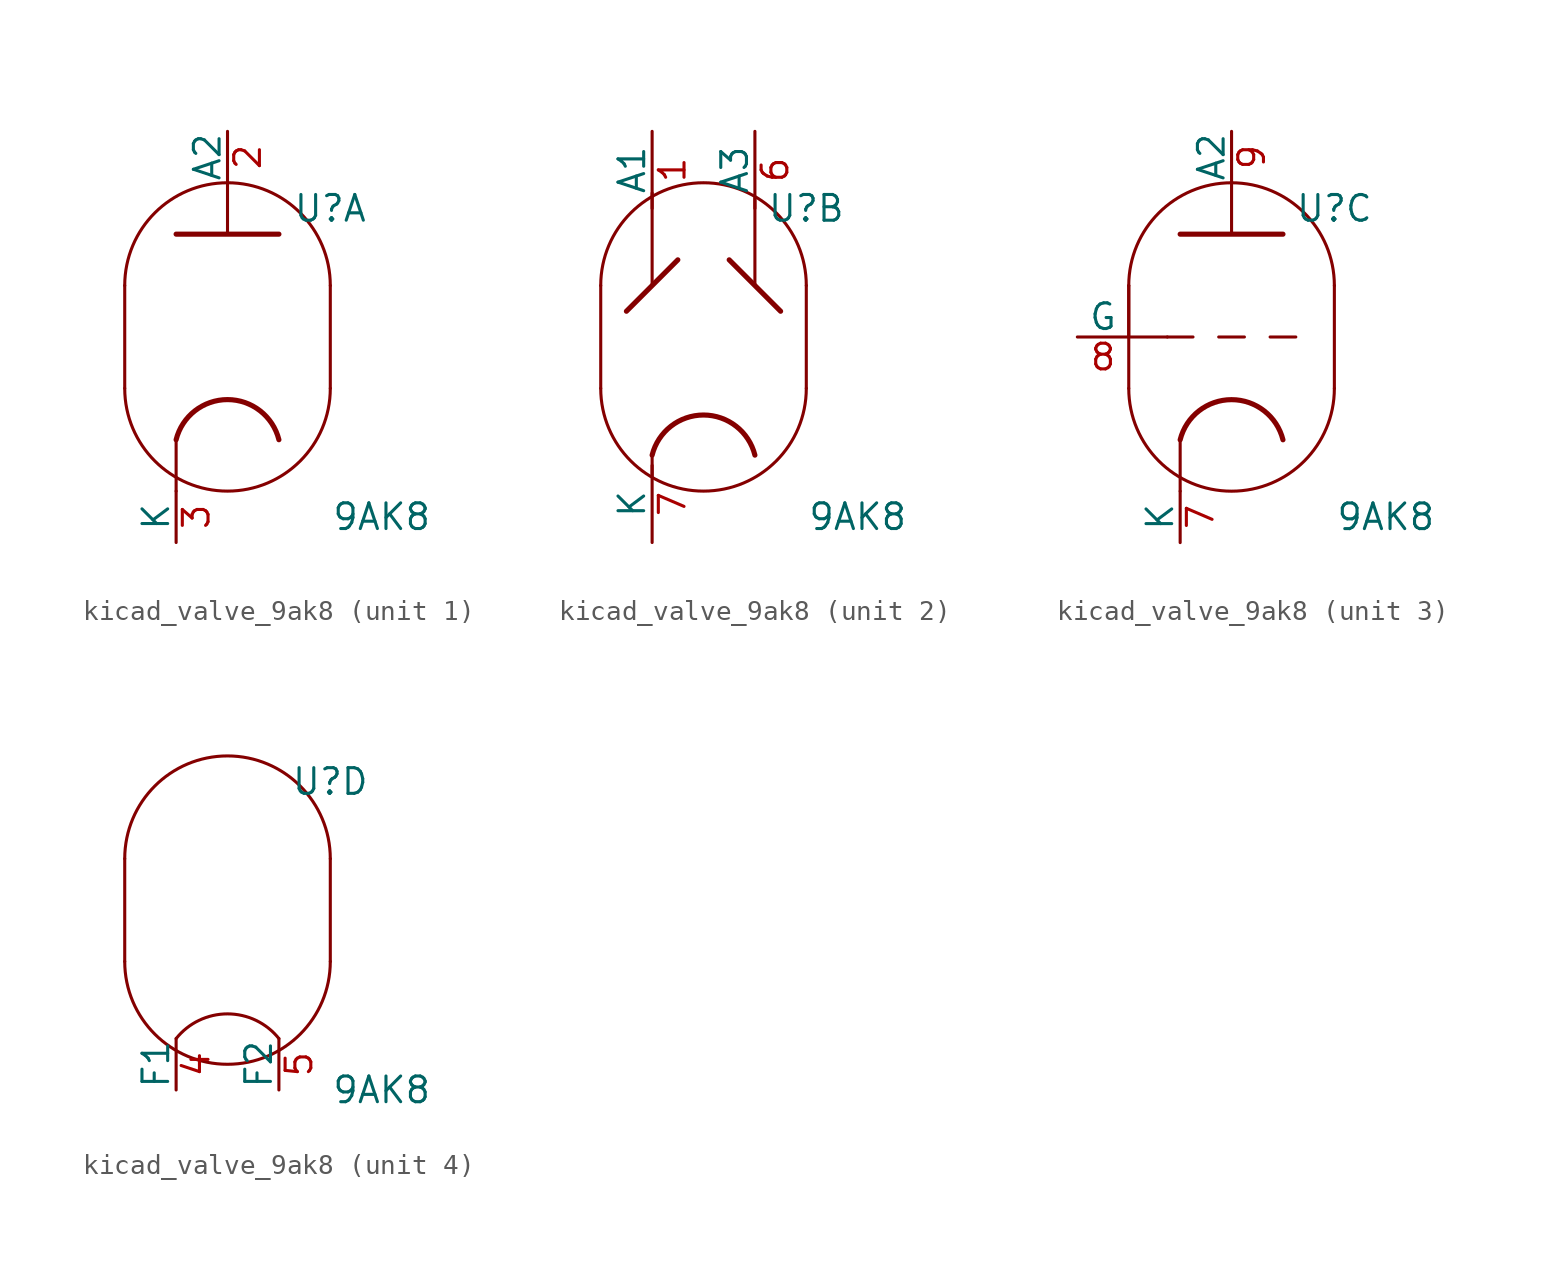
<source format=kicad_sym>
(kicad_symbol_lib
  (version 20220914)
  (generator kicad_symbol_editor)
  (symbol "kicad_valve_9ak8"
    (pin_names
      (offset 0))
    (property "Reference" "U"
      (at 5.08 6.35 0)
      (effects (font (size 1.27 1.27))))
    (property "Value" "9AK8"
      (at 7.62 -8.89 0)
      (effects (font (size 1.27 1.27))))
    (property "ki_locked" ""
      (at 0 0 0)
      (effects (font (size 1.27 1.27))))
    (symbol "kicad_valve_9ak8_0_1"
      (arc (start -5.08 -2.54) (mid 0 -7.5979) (end 5.08 -2.54) (stroke (width 0) (type default)) (fill (type none)))
      (polyline (pts (xy 5.08 2.54) (xy 5.08 -2.54)) (stroke (width 0) (type default)) (fill (type none)))
      (polyline (pts (xy -5.08 2.54) (xy -5.08 -2.54) (xy -5.08 -2.54)) (stroke (width 0) (type default)) (fill (type none)))
      (arc (start 5.08 2.54) (mid 0 7.5979) (end -5.08 2.54) (stroke (width 0) (type default)) (fill (type none))))
    (symbol "kicad_valve_9ak8_1_0"
      (polyline (pts (xy -2.54 -5.08) (xy -2.54 -7.62)) (stroke (width 0) (type default)) (fill (type none)))
      (polyline (pts (xy 0 5.08) (xy 0 7.62)) (stroke (width 0) (type default)) (fill (type none))))
    (symbol "kicad_valve_9ak8_1_1"
      (polyline (pts (xy -2.54 5.08) (xy 2.54 5.08) (xy 2.54 5.08) (xy 2.54 5.08)) (stroke (width 0.254) (type default)) (fill (type none)))
      (arc (start 2.54 -5.08) (mid 0 -3.0968) (end -2.54 -5.08) (stroke (width 0.254) (type default)) (fill (type none)))
      (pin output line (at 0 10.16 270) (length 2.54) (name "A2" (effects (font (size 1.27 1.27)))) (number "2" (effects (font (size 1.27 1.27)))))
      (pin input line (at -2.54 -10.16 90) (length 2.54) (name "K" (effects (font (size 1.27 1.27)))) (number "3" (effects (font (size 1.27 1.27))))))
    (symbol "kicad_valve_9ak8_2_1"
      (polyline (pts (xy -2.54 -6.858) (xy -2.54 -5.842) (xy -2.54 -5.842)) (stroke (width 0) (type default)) (fill (type none)))
      (polyline (pts (xy -2.54 7.112) (xy -2.54 2.54) (xy -2.54 2.54)) (stroke (width 0) (type default)) (fill (type none)))
      (polyline (pts (xy 1.27 3.81) (xy 3.81 1.27) (xy 3.81 1.27)) (stroke (width 0.254) (type default)) (fill (type none)))
      (polyline (pts (xy 2.54 6.858) (xy 2.54 2.54) (xy 2.54 2.54)) (stroke (width 0) (type default)) (fill (type none)))
      (polyline (pts (xy -3.81 1.27) (xy -1.27 3.81) (xy -1.27 3.81) (xy -1.27 3.81)) (stroke (width 0.254) (type default)) (fill (type none)))
      (arc (start 2.54 -5.842) (mid 0 -3.8588) (end -2.54 -5.842) (stroke (width 0.254) (type default)) (fill (type none)))
      (pin input line (at -2.54 10.16 270) (length 3.81) (name "A1" (effects (font (size 1.27 1.27)))) (number "1" (effects (font (size 1.27 1.27)))))
      (pin output line (at 2.54 10.16 270) (length 3.81) (name "A3" (effects (font (size 1.27 1.27)))) (number "6" (effects (font (size 1.27 1.27)))))
      (pin input line (at -2.54 -10.16 90) (length 3.81) (name "K" (effects (font (size 1.27 1.27)))) (number "7" (effects (font (size 1.27 1.27))))))
    (symbol "kicad_valve_9ak8_3_0"
      (polyline (pts (xy -5.08 0) (xy -3.175 0)) (stroke (width 0) (type default)) (fill (type none)))
      (polyline (pts (xy -5.08 2.54) (xy -5.08 0)) (stroke (width 0) (type default)) (fill (type none)))
      (polyline (pts (xy -2.54 -5.08) (xy -2.54 -7.62)) (stroke (width 0) (type default)) (fill (type none)))
      (polyline (pts (xy 0 5.08) (xy 0 7.62)) (stroke (width 0) (type default)) (fill (type none))))
    (symbol "kicad_valve_9ak8_3_1"
      (polyline (pts (xy -1.905 0) (xy -3.175 0)) (stroke (width 0.152) (type default)) (fill (type none)))
      (polyline (pts (xy -0.635 0) (xy 0.635 0)) (stroke (width 0.152) (type default)) (fill (type none)))
      (polyline (pts (xy 1.905 0) (xy 3.175 0)) (stroke (width 0.152) (type default)) (fill (type none)))
      (polyline (pts (xy -2.54 5.08) (xy 2.54 5.08) (xy 2.54 5.08)) (stroke (width 0.254) (type default)) (fill (type none)))
      (arc (start 2.54 -5.08) (mid 0 -3.0968) (end -2.54 -5.08) (stroke (width 0.254) (type default)) (fill (type none)))
      (pin input line (at -2.54 -10.16 90) (length 2.54) (name "K" (effects (font (size 1.27 1.27)))) (number "7" (effects (font (size 1.27 1.27)))))
      (pin input line (at -7.62 0 0) (length 2.54) (name "G" (effects (font (size 1.27 1.27)))) (number "8" (effects (font (size 1.27 1.27)))))
      (pin output line (at 0 10.16 270) (length 2.54) (name "A2" (effects (font (size 1.27 1.27)))) (number "9" (effects (font (size 1.27 1.27))))))
    (symbol "kicad_valve_9ak8_4_1"
      (arc (start 2.54 -6.35) (mid 0 -5.1292) (end -2.54 -6.35) (stroke (width 0) (type default)) (fill (type none)))
      (pin input line (at -2.54 -8.89 90) (length 2.54) (name "F1" (effects (font (size 1.27 1.27)))) (number "4" (effects (font (size 1.27 1.27)))))
      (pin input line (at 2.54 -8.89 90) (length 2.54) (name "F2" (effects (font (size 1.27 1.27)))) (number "5" (effects (font (size 1.27 1.27))))))))
</source>
